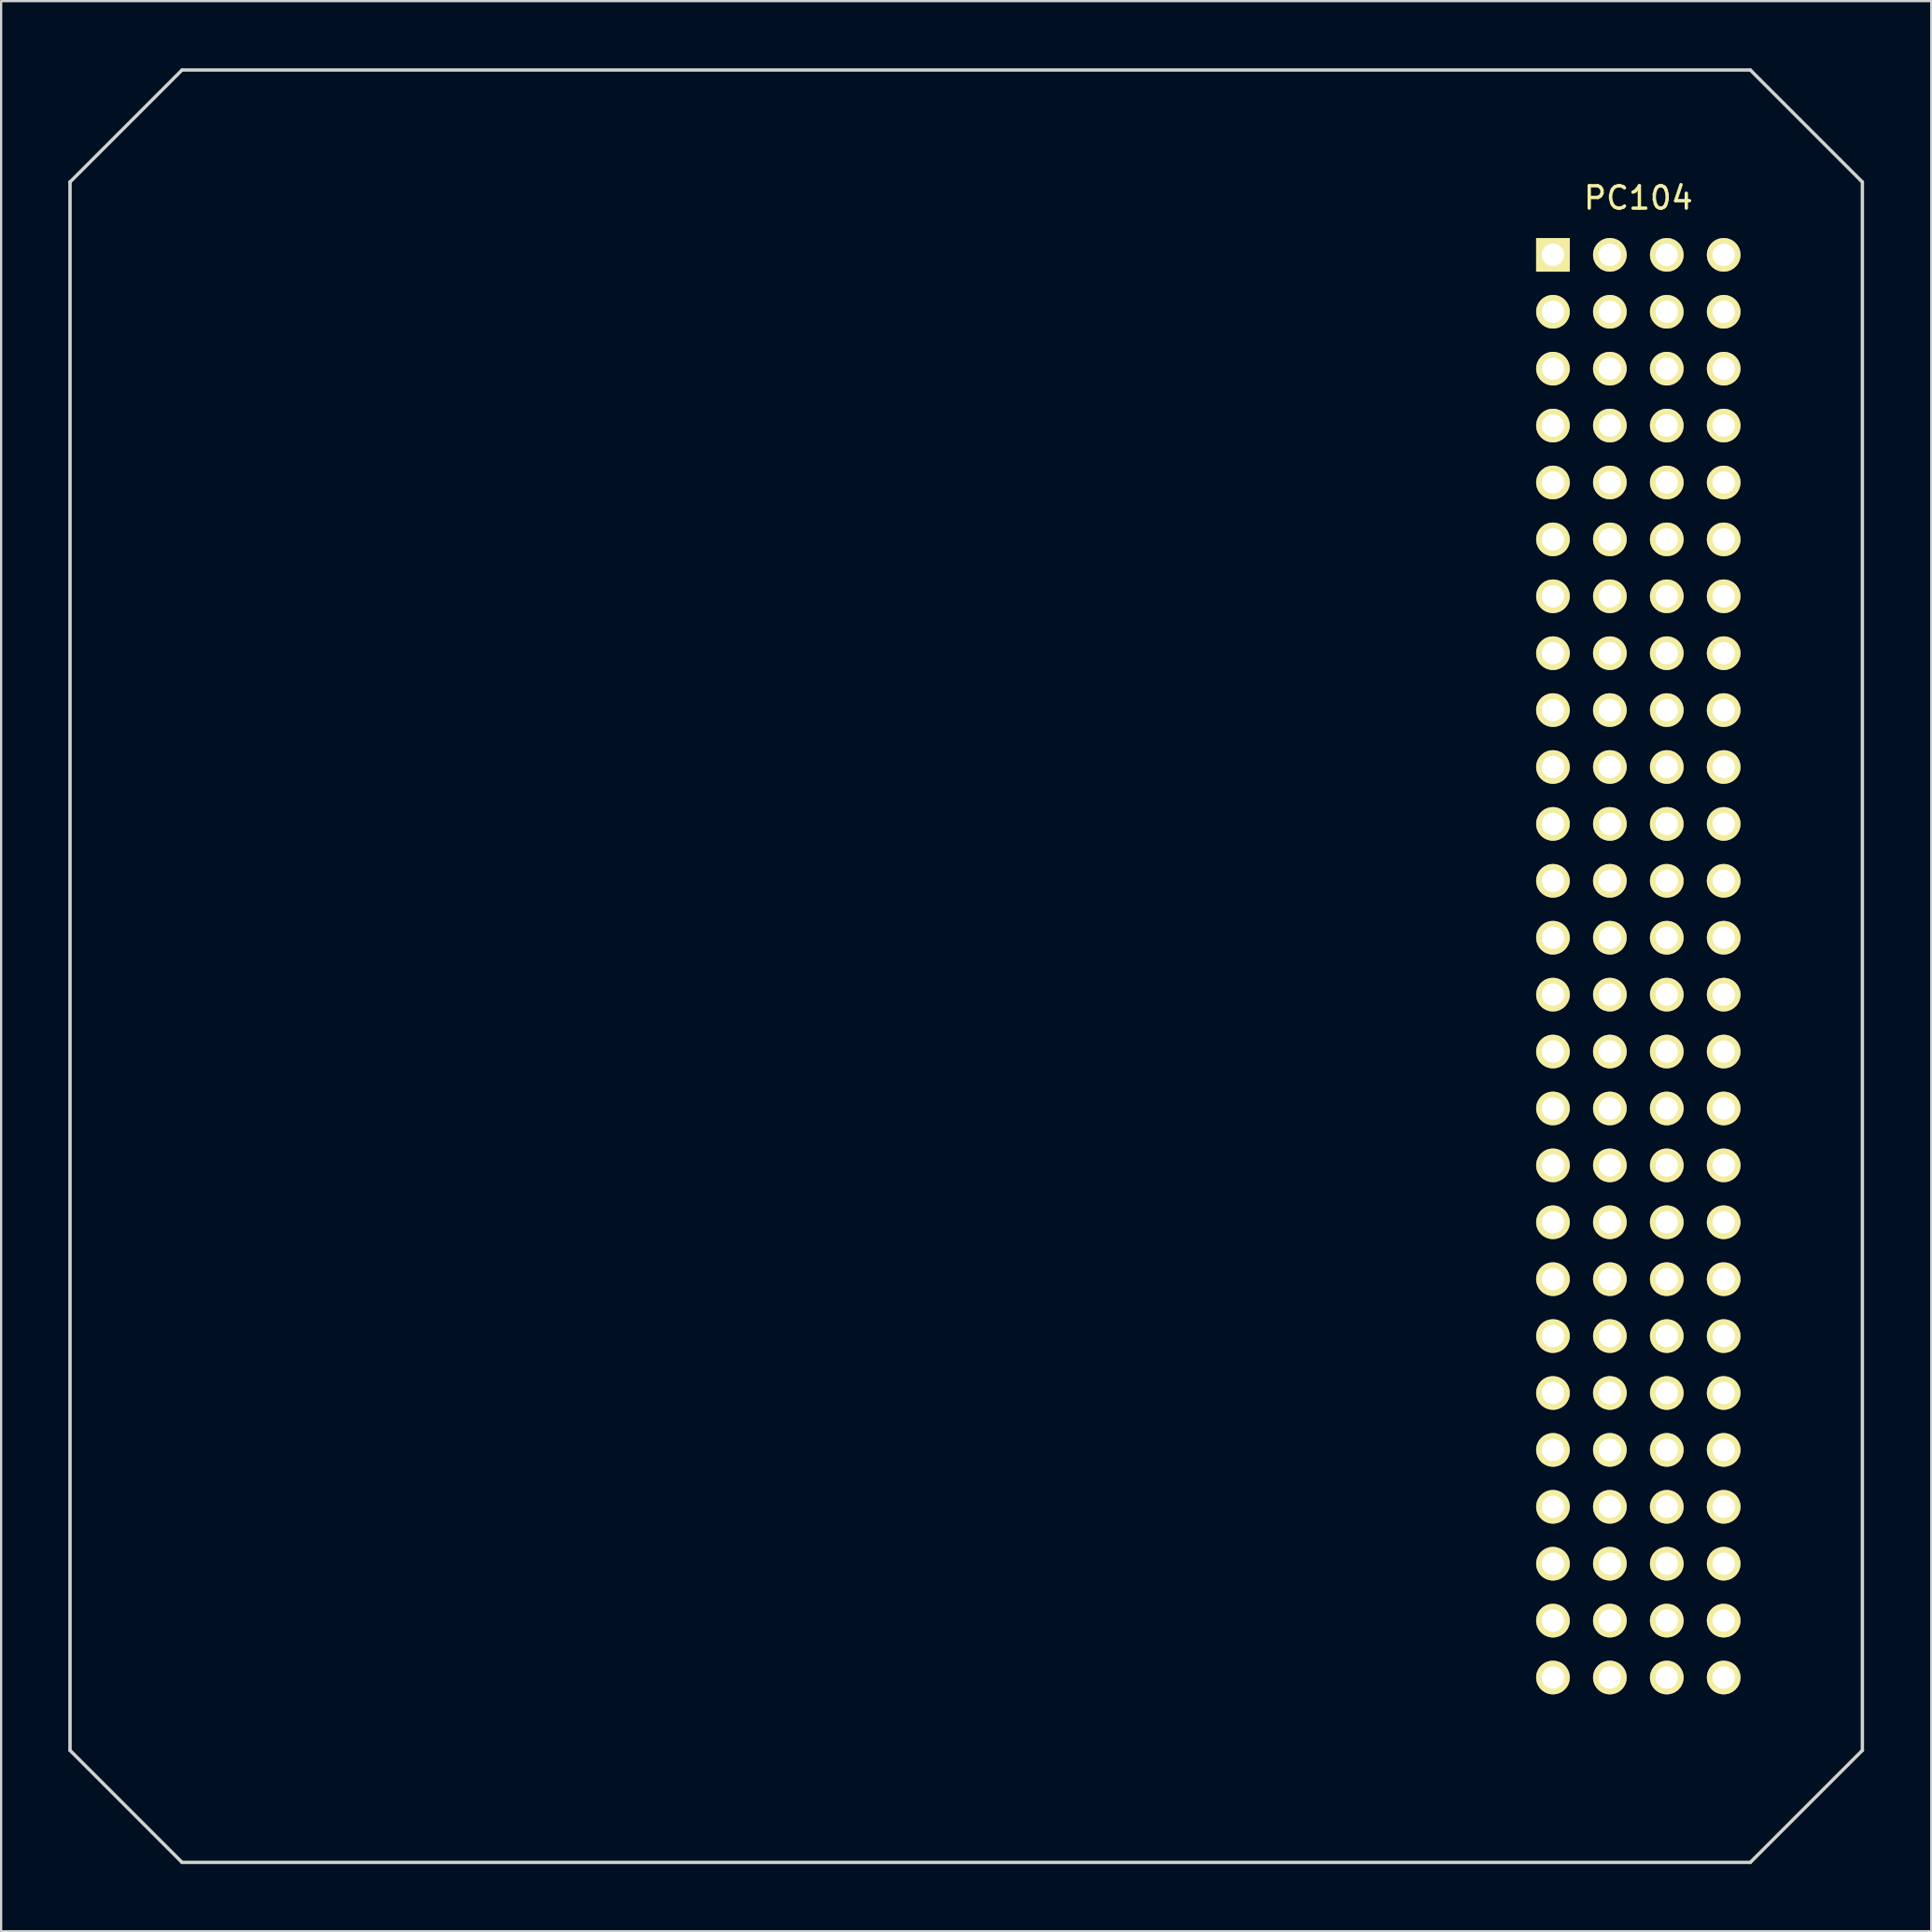
<source format=kicad_pcb>
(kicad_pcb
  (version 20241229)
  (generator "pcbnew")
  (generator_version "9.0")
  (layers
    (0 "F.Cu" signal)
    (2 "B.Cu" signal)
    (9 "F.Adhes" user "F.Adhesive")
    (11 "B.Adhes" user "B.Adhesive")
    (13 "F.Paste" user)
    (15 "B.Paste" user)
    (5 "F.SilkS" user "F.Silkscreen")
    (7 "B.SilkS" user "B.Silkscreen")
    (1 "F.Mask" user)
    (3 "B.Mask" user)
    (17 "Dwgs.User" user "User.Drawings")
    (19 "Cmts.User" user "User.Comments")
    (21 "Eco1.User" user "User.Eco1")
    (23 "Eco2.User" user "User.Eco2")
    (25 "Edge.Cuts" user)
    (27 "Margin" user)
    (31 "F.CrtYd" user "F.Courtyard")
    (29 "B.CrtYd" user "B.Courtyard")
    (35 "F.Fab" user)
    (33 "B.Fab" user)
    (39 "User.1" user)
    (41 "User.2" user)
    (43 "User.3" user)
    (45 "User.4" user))
  (footprint "PC104"
    (layer "F.Cu")
    (at 70.075 40.075)
    (property "Reference" "PC104" (at 0 -34.29 0) (layer "F.SilkS") (effects (font (size 1 1) (thickness 0.15))))
    (attr through_hole)
    (fp_line (start -70 -35) (end -65 -40) (stroke (width 0.15) (type solid)) (layer "Edge.Cuts"))
    (fp_line (start -70 35) (end -70 -35) (stroke (width 0.15) (type solid)) (layer "Edge.Cuts"))
    (fp_line (start -65 -40) (end 5 -40) (stroke (width 0.15) (type solid)) (layer "Edge.Cuts"))
    (fp_line (start -65 40) (end -70 35) (stroke (width 0.15) (type solid)) (layer "Edge.Cuts"))
    (fp_line (start 5 -40) (end 10 -35) (stroke (width 0.15) (type solid)) (layer "Edge.Cuts"))
    (fp_line (start 5 40) (end -65 40) (stroke (width 0.15) (type solid)) (layer "Edge.Cuts"))
    (fp_line (start 10 -35) (end 10 35) (stroke (width 0.15) (type solid)) (layer "Edge.Cuts"))
    (fp_line (start 10 35) (end 5 40) (stroke (width 0.15) (type solid)) (layer "Edge.Cuts"))
    (pad "1A" thru_hole rect (at -3.81 -31.75) (size 1.5 1.5) (drill 1) (layers "*.Cu" "*.Mask" "F.SilkS"))
    (pad "1B" thru_hole circle (at -1.27 -31.75) (size 1.5 1.5) (drill 1) (layers "*.Cu" "*.Mask" "F.SilkS"))
    (pad "1C" thru_hole circle (at 1.27 -31.75) (size 1.5 1.5) (drill 1) (layers "*.Cu" "*.Mask" "F.SilkS"))
    (pad "1D" thru_hole circle (at 3.81 -31.75) (size 1.5 1.5) (drill 1) (layers "*.Cu" "*.Mask" "F.SilkS"))
    (pad "2A" thru_hole circle (at -3.81 -29.21) (size 1.5 1.5) (drill 1) (layers "*.Cu" "*.Mask" "F.SilkS"))
    (pad "2B" thru_hole circle (at -1.27 -29.21) (size 1.5 1.5) (drill 1) (layers "*.Cu" "*.Mask" "F.SilkS"))
    (pad "2C" thru_hole circle (at 1.27 -29.21) (size 1.5 1.5) (drill 1) (layers "*.Cu" "*.Mask" "F.SilkS"))
    (pad "2D" thru_hole circle (at 3.81 -29.21) (size 1.5 1.5) (drill 1) (layers "*.Cu" "*.Mask" "F.SilkS"))
    (pad "3A" thru_hole circle (at -3.81 -26.67) (size 1.5 1.5) (drill 1) (layers "*.Cu" "*.Mask" "F.SilkS"))
    (pad "3B" thru_hole circle (at -1.27 -26.67) (size 1.5 1.5) (drill 1) (layers "*.Cu" "*.Mask" "F.SilkS"))
    (pad "3C" thru_hole circle (at 1.27 -26.67) (size 1.5 1.5) (drill 1) (layers "*.Cu" "*.Mask" "F.SilkS"))
    (pad "3D" thru_hole circle (at 3.81 -26.67) (size 1.5 1.5) (drill 1) (layers "*.Cu" "*.Mask" "F.SilkS"))
    (pad "4A" thru_hole circle (at -3.81 -24.13) (size 1.5 1.5) (drill 1) (layers "*.Cu" "*.Mask" "F.SilkS"))
    (pad "4B" thru_hole circle (at -1.27 -24.13) (size 1.5 1.5) (drill 1) (layers "*.Cu" "*.Mask" "F.SilkS"))
    (pad "4C" thru_hole circle (at 1.27 -24.13) (size 1.5 1.5) (drill 1) (layers "*.Cu" "*.Mask" "F.SilkS"))
    (pad "4D" thru_hole circle (at 3.81 -24.13) (size 1.5 1.5) (drill 1) (layers "*.Cu" "*.Mask" "F.SilkS"))
    (pad "5A" thru_hole circle (at -3.81 -21.59) (size 1.5 1.5) (drill 1) (layers "*.Cu" "*.Mask" "F.SilkS"))
    (pad "5B" thru_hole circle (at -1.27 -21.59) (size 1.5 1.5) (drill 1) (layers "*.Cu" "*.Mask" "F.SilkS"))
    (pad "5C" thru_hole circle (at 1.27 -21.59) (size 1.5 1.5) (drill 1) (layers "*.Cu" "*.Mask" "F.SilkS"))
    (pad "5D" thru_hole circle (at 3.81 -21.59) (size 1.5 1.5) (drill 1) (layers "*.Cu" "*.Mask" "F.SilkS"))
    (pad "6A" thru_hole circle (at -3.81 -19.05) (size 1.5 1.5) (drill 1) (layers "*.Cu" "*.Mask" "F.SilkS"))
    (pad "6B" thru_hole circle (at -1.27 -19.05) (size 1.5 1.5) (drill 1) (layers "*.Cu" "*.Mask" "F.SilkS"))
    (pad "6C" thru_hole circle (at 1.27 -19.05) (size 1.5 1.5) (drill 1) (layers "*.Cu" "*.Mask" "F.SilkS"))
    (pad "6D" thru_hole circle (at 3.81 -19.05) (size 1.5 1.5) (drill 1) (layers "*.Cu" "*.Mask" "F.SilkS"))
    (pad "7A" thru_hole circle (at -3.81 -16.51) (size 1.5 1.5) (drill 1) (layers "*.Cu" "*.Mask" "F.SilkS"))
    (pad "7B" thru_hole circle (at -1.27 -16.51) (size 1.5 1.5) (drill 1) (layers "*.Cu" "*.Mask" "F.SilkS"))
    (pad "7C" thru_hole circle (at 1.27 -16.51) (size 1.5 1.5) (drill 1) (layers "*.Cu" "*.Mask" "F.SilkS"))
    (pad "7D" thru_hole circle (at 3.81 -16.51) (size 1.5 1.5) (drill 1) (layers "*.Cu" "*.Mask" "F.SilkS"))
    (pad "8A" thru_hole circle (at -3.81 -13.97) (size 1.5 1.5) (drill 1) (layers "*.Cu" "*.Mask" "F.SilkS"))
    (pad "8B" thru_hole circle (at -1.27 -13.97) (size 1.5 1.5) (drill 1) (layers "*.Cu" "*.Mask" "F.SilkS"))
    (pad "8C" thru_hole circle (at 1.27 -13.97) (size 1.5 1.5) (drill 1) (layers "*.Cu" "*.Mask" "F.SilkS"))
    (pad "8D" thru_hole circle (at 3.81 -13.97) (size 1.5 1.5) (drill 1) (layers "*.Cu" "*.Mask" "F.SilkS"))
    (pad "9A" thru_hole circle (at -3.81 -11.43) (size 1.5 1.5) (drill 1) (layers "*.Cu" "*.Mask" "F.SilkS"))
    (pad "9B" thru_hole circle (at -1.27 -11.43) (size 1.5 1.5) (drill 1) (layers "*.Cu" "*.Mask" "F.SilkS"))
    (pad "9C" thru_hole circle (at 1.27 -11.43) (size 1.5 1.5) (drill 1) (layers "*.Cu" "*.Mask" "F.SilkS"))
    (pad "9D" thru_hole circle (at 3.81 -11.43) (size 1.5 1.5) (drill 1) (layers "*.Cu" "*.Mask" "F.SilkS"))
    (pad "10A" thru_hole circle (at -3.81 -8.89) (size 1.5 1.5) (drill 1) (layers "*.Cu" "*.Mask" "F.SilkS"))
    (pad "10B" thru_hole circle (at -1.27 -8.89) (size 1.5 1.5) (drill 1) (layers "*.Cu" "*.Mask" "F.SilkS"))
    (pad "10C" thru_hole circle (at 1.27 -8.89) (size 1.5 1.5) (drill 1) (layers "*.Cu" "*.Mask" "F.SilkS"))
    (pad "10D" thru_hole circle (at 3.81 -8.89) (size 1.5 1.5) (drill 1) (layers "*.Cu" "*.Mask" "F.SilkS"))
    (pad "11A" thru_hole circle (at -3.81 -6.35) (size 1.5 1.5) (drill 1) (layers "*.Cu" "*.Mask" "F.SilkS"))
    (pad "11B" thru_hole circle (at -1.27 -6.35) (size 1.5 1.5) (drill 1) (layers "*.Cu" "*.Mask" "F.SilkS"))
    (pad "11C" thru_hole circle (at 1.27 -6.35) (size 1.5 1.5) (drill 1) (layers "*.Cu" "*.Mask" "F.SilkS"))
    (pad "11D" thru_hole circle (at 3.81 -6.35) (size 1.5 1.5) (drill 1) (layers "*.Cu" "*.Mask" "F.SilkS"))
    (pad "12A" thru_hole circle (at -3.81 -3.81) (size 1.5 1.5) (drill 1) (layers "*.Cu" "*.Mask" "F.SilkS"))
    (pad "12B" thru_hole circle (at -1.27 -3.81) (size 1.5 1.5) (drill 1) (layers "*.Cu" "*.Mask" "F.SilkS"))
    (pad "12C" thru_hole circle (at 1.27 -3.81) (size 1.5 1.5) (drill 1) (layers "*.Cu" "*.Mask" "F.SilkS"))
    (pad "12D" thru_hole circle (at 3.81 -3.81) (size 1.5 1.5) (drill 1) (layers "*.Cu" "*.Mask" "F.SilkS"))
    (pad "13A" thru_hole circle (at -3.81 -1.27) (size 1.5 1.5) (drill 1) (layers "*.Cu" "*.Mask" "F.SilkS"))
    (pad "13B" thru_hole circle (at -1.27 -1.27) (size 1.5 1.5) (drill 1) (layers "*.Cu" "*.Mask" "F.SilkS"))
    (pad "13C" thru_hole circle (at 1.27 -1.27) (size 1.5 1.5) (drill 1) (layers "*.Cu" "*.Mask" "F.SilkS"))
    (pad "13D" thru_hole circle (at 3.81 -1.27) (size 1.5 1.5) (drill 1) (layers "*.Cu" "*.Mask" "F.SilkS"))
    (pad "14A" thru_hole circle (at -3.81 1.27) (size 1.5 1.5) (drill 1) (layers "*.Cu" "*.Mask" "F.SilkS"))
    (pad "14B" thru_hole circle (at -1.27 1.27) (size 1.5 1.5) (drill 1) (layers "*.Cu" "*.Mask" "F.SilkS"))
    (pad "14C" thru_hole circle (at 1.27 1.27) (size 1.5 1.5) (drill 1) (layers "*.Cu" "*.Mask" "F.SilkS"))
    (pad "14D" thru_hole circle (at 3.81 1.27) (size 1.5 1.5) (drill 1) (layers "*.Cu" "*.Mask" "F.SilkS"))
    (pad "15A" thru_hole circle (at -3.81 3.81) (size 1.5 1.5) (drill 1) (layers "*.Cu" "*.Mask" "F.SilkS"))
    (pad "15B" thru_hole circle (at -1.27 3.81) (size 1.5 1.5) (drill 1) (layers "*.Cu" "*.Mask" "F.SilkS"))
    (pad "15C" thru_hole circle (at 1.27 3.81) (size 1.5 1.5) (drill 1) (layers "*.Cu" "*.Mask" "F.SilkS"))
    (pad "15D" thru_hole circle (at 3.81 3.81) (size 1.5 1.5) (drill 1) (layers "*.Cu" "*.Mask" "F.SilkS"))
    (pad "16A" thru_hole circle (at -3.81 6.35) (size 1.5 1.5) (drill 1) (layers "*.Cu" "*.Mask" "F.SilkS"))
    (pad "16B" thru_hole circle (at -1.27 6.35) (size 1.5 1.5) (drill 1) (layers "*.Cu" "*.Mask" "F.SilkS"))
    (pad "16C" thru_hole circle (at 1.27 6.35) (size 1.5 1.5) (drill 1) (layers "*.Cu" "*.Mask" "F.SilkS"))
    (pad "16D" thru_hole circle (at 3.81 6.35) (size 1.5 1.5) (drill 1) (layers "*.Cu" "*.Mask" "F.SilkS"))
    (pad "17A" thru_hole circle (at -3.81 8.89) (size 1.5 1.5) (drill 1) (layers "*.Cu" "*.Mask" "F.SilkS"))
    (pad "17B" thru_hole circle (at -1.27 8.89) (size 1.5 1.5) (drill 1) (layers "*.Cu" "*.Mask" "F.SilkS"))
    (pad "17C" thru_hole circle (at 1.27 8.89) (size 1.5 1.5) (drill 1) (layers "*.Cu" "*.Mask" "F.SilkS"))
    (pad "17D" thru_hole circle (at 3.81 8.89) (size 1.5 1.5) (drill 1) (layers "*.Cu" "*.Mask" "F.SilkS"))
    (pad "18A" thru_hole circle (at -3.81 11.43) (size 1.5 1.5) (drill 1) (layers "*.Cu" "*.Mask" "F.SilkS"))
    (pad "18B" thru_hole circle (at -1.27 11.43) (size 1.5 1.5) (drill 1) (layers "*.Cu" "*.Mask" "F.SilkS"))
    (pad "18C" thru_hole circle (at 1.27 11.43) (size 1.5 1.5) (drill 1) (layers "*.Cu" "*.Mask" "F.SilkS"))
    (pad "18D" thru_hole circle (at 3.81 11.43) (size 1.5 1.5) (drill 1) (layers "*.Cu" "*.Mask" "F.SilkS"))
    (pad "19A" thru_hole circle (at -3.81 13.97) (size 1.5 1.5) (drill 1) (layers "*.Cu" "*.Mask" "F.SilkS"))
    (pad "19B" thru_hole circle (at -1.27 13.97) (size 1.5 1.5) (drill 1) (layers "*.Cu" "*.Mask" "F.SilkS"))
    (pad "19C" thru_hole circle (at 1.27 13.97) (size 1.5 1.5) (drill 1) (layers "*.Cu" "*.Mask" "F.SilkS"))
    (pad "19D" thru_hole circle (at 3.81 13.97) (size 1.5 1.5) (drill 1) (layers "*.Cu" "*.Mask" "F.SilkS"))
    (pad "20A" thru_hole circle (at -3.81 16.51) (size 1.5 1.5) (drill 1) (layers "*.Cu" "*.Mask" "F.SilkS"))
    (pad "20B" thru_hole circle (at -1.27 16.51) (size 1.5 1.5) (drill 1) (layers "*.Cu" "*.Mask" "F.SilkS"))
    (pad "20C" thru_hole circle (at 1.27 16.51) (size 1.5 1.5) (drill 1) (layers "*.Cu" "*.Mask" "F.SilkS"))
    (pad "20D" thru_hole circle (at 3.81 16.51) (size 1.5 1.5) (drill 1) (layers "*.Cu" "*.Mask" "F.SilkS"))
    (pad "21A" thru_hole circle (at -3.81 19.05) (size 1.5 1.5) (drill 1) (layers "*.Cu" "*.Mask" "F.SilkS"))
    (pad "21B" thru_hole circle (at -1.27 19.05) (size 1.5 1.5) (drill 1) (layers "*.Cu" "*.Mask" "F.SilkS"))
    (pad "21C" thru_hole circle (at 1.27 19.05) (size 1.5 1.5) (drill 1) (layers "*.Cu" "*.Mask" "F.SilkS"))
    (pad "21D" thru_hole circle (at 3.81 19.05) (size 1.5 1.5) (drill 1) (layers "*.Cu" "*.Mask" "F.SilkS"))
    (pad "22A" thru_hole circle (at -3.81 21.59) (size 1.5 1.5) (drill 1) (layers "*.Cu" "*.Mask" "F.SilkS"))
    (pad "22B" thru_hole circle (at -1.27 21.59) (size 1.5 1.5) (drill 1) (layers "*.Cu" "*.Mask" "F.SilkS"))
    (pad "22C" thru_hole circle (at 1.27 21.59) (size 1.5 1.5) (drill 1) (layers "*.Cu" "*.Mask" "F.SilkS"))
    (pad "22D" thru_hole circle (at 3.81 21.59) (size 1.5 1.5) (drill 1) (layers "*.Cu" "*.Mask" "F.SilkS"))
    (pad "23A" thru_hole circle (at -3.81 24.13) (size 1.5 1.5) (drill 1) (layers "*.Cu" "*.Mask" "F.SilkS"))
    (pad "23B" thru_hole circle (at -1.27 24.13) (size 1.5 1.5) (drill 1) (layers "*.Cu" "*.Mask" "F.SilkS"))
    (pad "23C" thru_hole circle (at 1.27 24.13) (size 1.5 1.5) (drill 1) (layers "*.Cu" "*.Mask" "F.SilkS"))
    (pad "23D" thru_hole circle (at 3.81 24.13) (size 1.5 1.5) (drill 1) (layers "*.Cu" "*.Mask" "F.SilkS"))
    (pad "24A" thru_hole circle (at -3.81 26.67) (size 1.5 1.5) (drill 1) (layers "*.Cu" "*.Mask" "F.SilkS"))
    (pad "24B" thru_hole circle (at -1.27 26.67) (size 1.5 1.5) (drill 1) (layers "*.Cu" "*.Mask" "F.SilkS"))
    (pad "24C" thru_hole circle (at 1.27 26.67) (size 1.5 1.5) (drill 1) (layers "*.Cu" "*.Mask" "F.SilkS"))
    (pad "24D" thru_hole circle (at 3.81 26.67) (size 1.5 1.5) (drill 1) (layers "*.Cu" "*.Mask" "F.SilkS"))
    (pad "25A" thru_hole circle (at -3.81 29.21) (size 1.5 1.5) (drill 1) (layers "*.Cu" "*.Mask" "F.SilkS"))
    (pad "25B" thru_hole circle (at -1.27 29.21) (size 1.5 1.5) (drill 1) (layers "*.Cu" "*.Mask" "F.SilkS"))
    (pad "25C" thru_hole circle (at 1.27 29.21) (size 1.5 1.5) (drill 1) (layers "*.Cu" "*.Mask" "F.SilkS"))
    (pad "25D" thru_hole circle (at 3.81 29.21) (size 1.5 1.5) (drill 1) (layers "*.Cu" "*.Mask" "F.SilkS"))
    (pad "26A" thru_hole circle (at -3.81 31.75) (size 1.5 1.5) (drill 1) (layers "*.Cu" "*.Mask" "F.SilkS"))
    (pad "26B" thru_hole circle (at -1.27 31.75) (size 1.5 1.5) (drill 1) (layers "*.Cu" "*.Mask" "F.SilkS"))
    (pad "26C" thru_hole circle (at 1.27 31.75) (size 1.5 1.5) (drill 1) (layers "*.Cu" "*.Mask" "F.SilkS"))
    (pad "26D" thru_hole circle (at 3.81 31.75) (size 1.5 1.5) (drill 1) (layers "*.Cu" "*.Mask" "F.SilkS")))
  (gr_rect
    (start -3 -3)
    (end 83.15 83.15)
    (stroke (width 0.1) (type default))
    (fill no)
    (layer "Edge.Cuts")))
</source>
